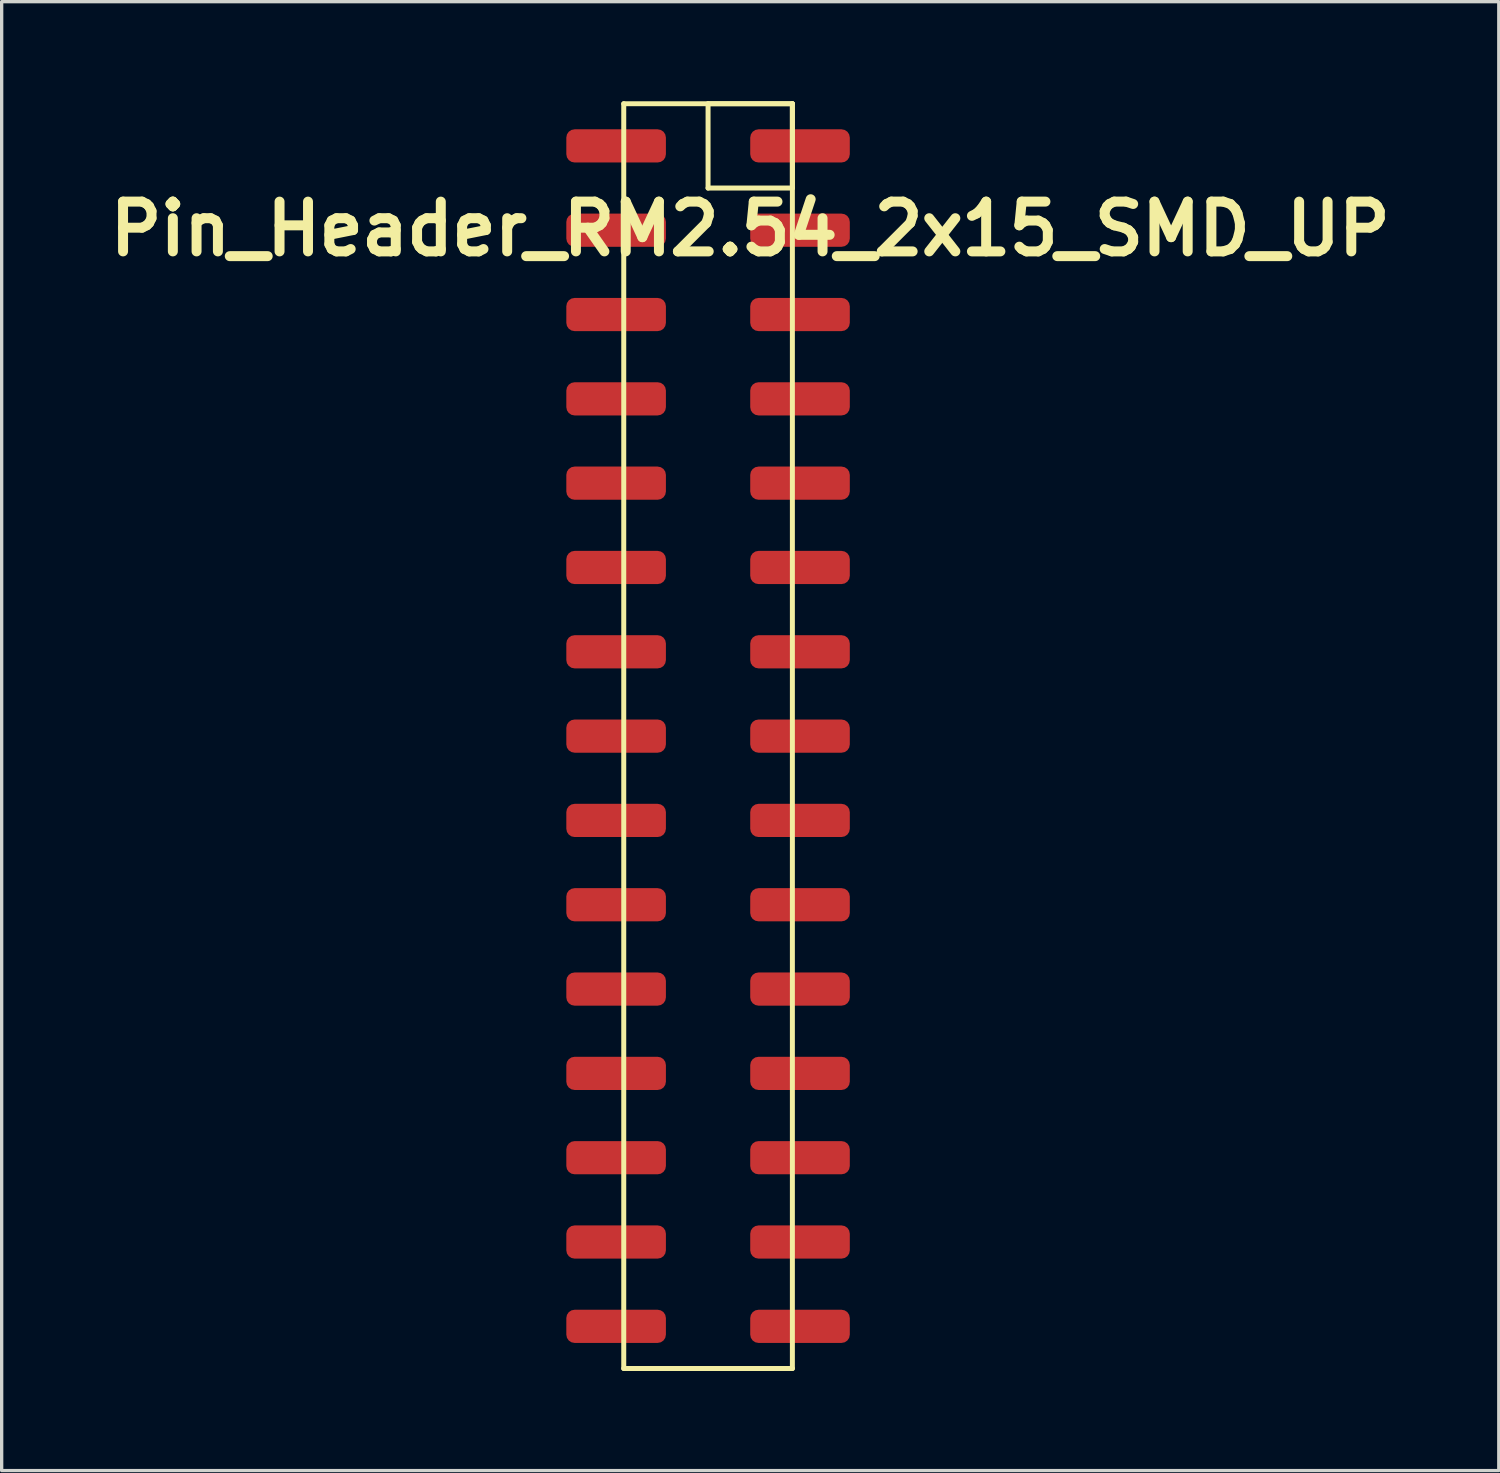
<source format=kicad_pcb>
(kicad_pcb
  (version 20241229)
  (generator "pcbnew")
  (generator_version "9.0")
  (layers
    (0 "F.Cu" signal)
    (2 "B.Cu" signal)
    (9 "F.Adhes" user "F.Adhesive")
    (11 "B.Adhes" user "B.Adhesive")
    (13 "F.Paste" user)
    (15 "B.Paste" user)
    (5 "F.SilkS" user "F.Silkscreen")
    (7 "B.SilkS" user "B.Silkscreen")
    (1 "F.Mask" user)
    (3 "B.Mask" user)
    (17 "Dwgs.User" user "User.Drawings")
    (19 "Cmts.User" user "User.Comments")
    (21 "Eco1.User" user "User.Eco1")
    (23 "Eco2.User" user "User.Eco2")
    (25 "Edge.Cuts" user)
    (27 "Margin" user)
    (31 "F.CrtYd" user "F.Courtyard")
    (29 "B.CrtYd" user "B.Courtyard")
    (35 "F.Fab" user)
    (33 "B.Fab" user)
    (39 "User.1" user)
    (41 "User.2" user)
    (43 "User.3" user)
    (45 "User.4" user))
  (footprint "Pin_Header_RM2.54_2x15_SMD_UP"
    (layer "F.Cu")
    (at 19.55 1.345)
    (property "Reference" "Pin_Header_RM2.54_2x15_SMD_UP" (at 0 2.5 0) (layer "F.SilkS") (effects (font (size 1.5 1.5) (thickness 0.3))))
    (attr through_hole)
    (fp_line (start -3.81 -1.27) (end 1.27 -1.27) (stroke (width 0.15) (type solid)) (layer "F.SilkS"))
    (fp_line (start -3.81 36.83) (end -3.81 -1.27) (stroke (width 0.15) (type solid)) (layer "F.SilkS"))
    (fp_line (start -1.27 -1.27) (end 1.27 -1.27) (stroke (width 0.15) (type solid)) (layer "F.SilkS"))
    (fp_line (start -1.27 1.27) (end -1.27 -1.27) (stroke (width 0.15) (type solid)) (layer "F.SilkS"))
    (fp_line (start 1.27 -1.27) (end 1.27 1.27) (stroke (width 0.15) (type solid)) (layer "F.SilkS"))
    (fp_line (start 1.27 -1.27) (end 1.27 36.83) (stroke (width 0.15) (type solid)) (layer "F.SilkS"))
    (fp_line (start 1.27 1.27) (end -1.27 1.27) (stroke (width 0.15) (type solid)) (layer "F.SilkS"))
    (fp_line (start 1.27 36.83) (end -3.81 36.83) (stroke (width 0.15) (type solid)) (layer "F.SilkS"))
    (pad "1" smd roundrect (at 1.5 0) (size 3 1) (layers "F.Cu" "F.Mask" "F.Paste") (roundrect_rratio 0.25))
    (pad "2" smd roundrect (at -4.04 0) (size 3 1) (layers "F.Cu" "F.Mask" "F.Paste") (roundrect_rratio 0.25))
    (pad "3" smd roundrect (at 1.5 2.54) (size 3 1) (layers "F.Cu" "F.Mask" "F.Paste") (roundrect_rratio 0.25))
    (pad "4" smd roundrect (at -4.04 2.54) (size 3 1) (layers "F.Cu" "F.Mask" "F.Paste") (roundrect_rratio 0.25))
    (pad "5" smd roundrect (at 1.5 5.08) (size 3 1) (layers "F.Cu" "F.Mask" "F.Paste") (roundrect_rratio 0.25))
    (pad "6" smd roundrect (at -4.04 5.08) (size 3 1) (layers "F.Cu" "F.Mask" "F.Paste") (roundrect_rratio 0.25))
    (pad "7" smd roundrect (at 1.5 7.62) (size 3 1) (layers "F.Cu" "F.Mask" "F.Paste") (roundrect_rratio 0.25))
    (pad "8" smd roundrect (at -4.04 7.62) (size 3 1) (layers "F.Cu" "F.Mask" "F.Paste") (roundrect_rratio 0.25))
    (pad "9" smd roundrect (at 1.5 10.16) (size 3 1) (layers "F.Cu" "F.Mask" "F.Paste") (roundrect_rratio 0.25))
    (pad "10" smd roundrect (at -4.04 10.16) (size 3 1) (layers "F.Cu" "F.Mask" "F.Paste") (roundrect_rratio 0.25))
    (pad "11" smd roundrect (at 1.5 12.7) (size 3 1) (layers "F.Cu" "F.Mask" "F.Paste") (roundrect_rratio 0.25))
    (pad "12" smd roundrect (at -4.04 12.7) (size 3 1) (layers "F.Cu" "F.Mask" "F.Paste") (roundrect_rratio 0.25))
    (pad "13" smd roundrect (at 1.5 15.24) (size 3 1) (layers "F.Cu" "F.Mask" "F.Paste") (roundrect_rratio 0.25))
    (pad "14" smd roundrect (at -4.04 15.24) (size 3 1) (layers "F.Cu" "F.Mask" "F.Paste") (roundrect_rratio 0.25))
    (pad "15" smd roundrect (at 1.5 17.78) (size 3 1) (layers "F.Cu" "F.Mask" "F.Paste") (roundrect_rratio 0.25))
    (pad "16" smd roundrect (at -4.04 17.78) (size 3 1) (layers "F.Cu" "F.Mask" "F.Paste") (roundrect_rratio 0.25))
    (pad "17" smd roundrect (at 1.5 20.32) (size 3 1) (layers "F.Cu" "F.Mask" "F.Paste") (roundrect_rratio 0.25))
    (pad "18" smd roundrect (at -4.04 20.32) (size 3 1) (layers "F.Cu" "F.Mask" "F.Paste") (roundrect_rratio 0.25))
    (pad "19" smd roundrect (at 1.5 22.86) (size 3 1) (layers "F.Cu" "F.Mask" "F.Paste") (roundrect_rratio 0.25))
    (pad "20" smd roundrect (at -4.04 22.86) (size 3 1) (layers "F.Cu" "F.Mask" "F.Paste") (roundrect_rratio 0.25))
    (pad "21" smd roundrect (at 1.5 25.4) (size 3 1) (layers "F.Cu" "F.Mask" "F.Paste") (roundrect_rratio 0.25))
    (pad "22" smd roundrect (at -4.04 25.4) (size 3 1) (layers "F.Cu" "F.Mask" "F.Paste") (roundrect_rratio 0.25))
    (pad "23" smd roundrect (at 1.5 27.94) (size 3 1) (layers "F.Cu" "F.Mask" "F.Paste") (roundrect_rratio 0.25))
    (pad "24" smd roundrect (at -4.04 27.94) (size 3 1) (layers "F.Cu" "F.Mask" "F.Paste") (roundrect_rratio 0.25))
    (pad "25" smd roundrect (at 1.5 30.48) (size 3 1) (layers "F.Cu" "F.Mask" "F.Paste") (roundrect_rratio 0.25))
    (pad "26" smd roundrect (at -4.04 30.48) (size 3 1) (layers "F.Cu" "F.Mask" "F.Paste") (roundrect_rratio 0.25))
    (pad "27" smd roundrect (at 1.5 33.02) (size 3 1) (layers "F.Cu" "F.Mask" "F.Paste") (roundrect_rratio 0.25))
    (pad "28" smd roundrect (at -4.04 33.02) (size 3 1) (layers "F.Cu" "F.Mask" "F.Paste") (roundrect_rratio 0.25))
    (pad "29" smd roundrect (at 1.5 35.56) (size 3 1) (layers "F.Cu" "F.Mask" "F.Paste") (roundrect_rratio 0.25))
    (pad "30" smd roundrect (at -4.04 35.56) (size 3 1) (layers "F.Cu" "F.Mask" "F.Paste") (roundrect_rratio 0.25)))
  (gr_rect
    (start -3 -3)
    (end 42.1 41.25)
    (stroke (width 0.1) (type default))
    (fill no)
    (layer "Edge.Cuts")))
</source>
